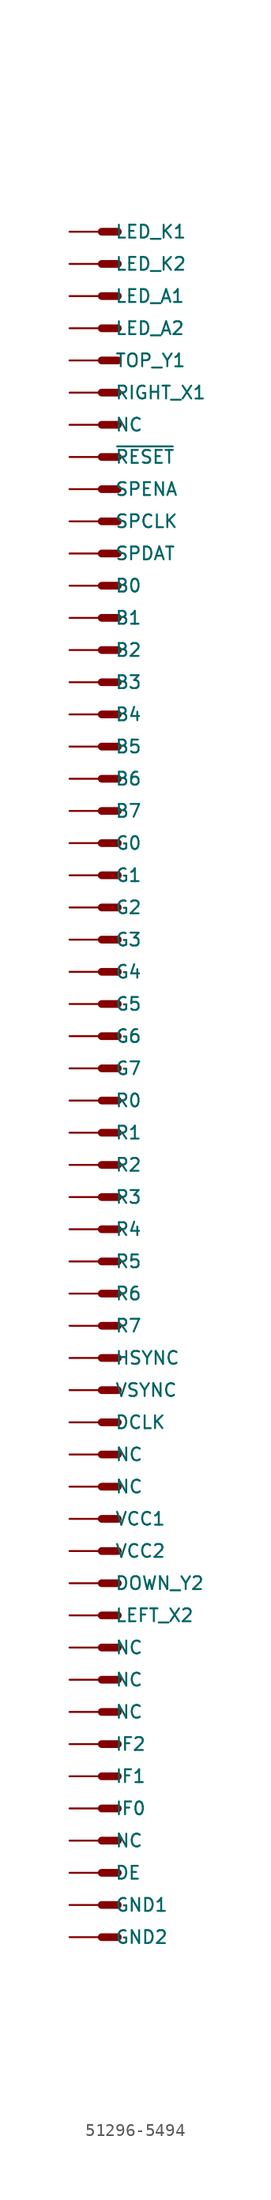
<source format=kicad_sym>
(kicad_symbol_lib
  (version 20201005)
  (generator kicad_symbol_editor)
  (symbol "51296-5494"
    (pin_numbers hide)
    (pin_names
      (offset 1.016))
    (property "Reference" "U"
      (at 0 0 0)
      (effects (font (size 1.27 1.27)) (justify left bottom) hide))
    (property "ki_locked" ""
      (at 0 0 0)
      (effects (font (size 1.27 1.27))))
    (symbol "51296-5494_0_0"
      (polyline (pts (xy 0 -66.04) (xy 1.27 -66.04)) (stroke (width 0.61)) (fill (type none)))
      (polyline (pts (xy 0 -63.5) (xy 1.27 -63.5)) (stroke (width 0.61)) (fill (type none)))
      (polyline (pts (xy 0 -60.96) (xy 1.27 -60.96)) (stroke (width 0.61)) (fill (type none)))
      (polyline (pts (xy 0 -58.42) (xy 1.27 -58.42)) (stroke (width 0.61)) (fill (type none)))
      (polyline (pts (xy 0 -55.88) (xy 1.27 -55.88)) (stroke (width 0.61)) (fill (type none)))
      (polyline (pts (xy 0 -53.34) (xy 1.27 -53.34)) (stroke (width 0.61)) (fill (type none)))
      (polyline (pts (xy 0 -50.8) (xy 1.27 -50.8)) (stroke (width 0.61)) (fill (type none)))
      (polyline (pts (xy 0 -48.26) (xy 1.27 -48.26)) (stroke (width 0.61)) (fill (type none)))
      (polyline (pts (xy 0 -45.72) (xy 1.27 -45.72)) (stroke (width 0.61)) (fill (type none)))
      (polyline (pts (xy 0 -43.18) (xy 1.27 -43.18)) (stroke (width 0.61)) (fill (type none)))
      (polyline (pts (xy 0 -40.64) (xy 1.27 -40.64)) (stroke (width 0.61)) (fill (type none)))
      (polyline (pts (xy 0 -38.1) (xy 1.27 -38.1)) (stroke (width 0.61)) (fill (type none)))
      (polyline (pts (xy 0 -35.56) (xy 1.27 -35.56)) (stroke (width 0.61)) (fill (type none)))
      (polyline (pts (xy 0 -33.02) (xy 1.27 -33.02)) (stroke (width 0.61)) (fill (type none)))
      (polyline (pts (xy 0 -30.48) (xy 1.27 -30.48)) (stroke (width 0.61)) (fill (type none)))
      (polyline (pts (xy 0 -27.94) (xy 1.27 -27.94)) (stroke (width 0.61)) (fill (type none)))
      (polyline (pts (xy 0 -25.4) (xy 1.27 -25.4)) (stroke (width 0.61)) (fill (type none)))
      (polyline (pts (xy 0 -22.86) (xy 1.27 -22.86)) (stroke (width 0.61)) (fill (type none)))
      (polyline (pts (xy 0 -20.32) (xy 1.27 -20.32)) (stroke (width 0.61)) (fill (type none)))
      (polyline (pts (xy 0 -17.78) (xy 1.27 -17.78)) (stroke (width 0.61)) (fill (type none)))
      (polyline (pts (xy 0 -15.24) (xy 1.27 -15.24)) (stroke (width 0.61)) (fill (type none)))
      (polyline (pts (xy 0 -12.7) (xy 1.27 -12.7)) (stroke (width 0.61)) (fill (type none)))
      (polyline (pts (xy 0 -10.16) (xy 1.27 -10.16)) (stroke (width 0.61)) (fill (type none)))
      (polyline (pts (xy 0 -7.62) (xy 1.27 -7.62)) (stroke (width 0.61)) (fill (type none)))
      (polyline (pts (xy 0 -5.08) (xy 1.27 -5.08)) (stroke (width 0.61)) (fill (type none)))
      (polyline (pts (xy 0 -2.54) (xy 1.27 -2.54)) (stroke (width 0.61)) (fill (type none)))
      (polyline (pts (xy 0 0) (xy 1.27 0)) (stroke (width 0.61)) (fill (type none)))
      (polyline (pts (xy 0 2.54) (xy 1.27 2.54)) (stroke (width 0.61)) (fill (type none)))
      (polyline (pts (xy 0 5.08) (xy 1.27 5.08)) (stroke (width 0.61)) (fill (type none)))
      (polyline (pts (xy 0 7.62) (xy 1.27 7.62)) (stroke (width 0.61)) (fill (type none)))
      (polyline (pts (xy 0 10.16) (xy 1.27 10.16)) (stroke (width 0.61)) (fill (type none)))
      (polyline (pts (xy 0 12.7) (xy 1.27 12.7)) (stroke (width 0.61)) (fill (type none)))
      (polyline (pts (xy 0 15.24) (xy 1.27 15.24)) (stroke (width 0.61)) (fill (type none)))
      (polyline (pts (xy 0 17.78) (xy 1.27 17.78)) (stroke (width 0.61)) (fill (type none)))
      (polyline (pts (xy 0 20.32) (xy 1.27 20.32)) (stroke (width 0.61)) (fill (type none)))
      (polyline (pts (xy 0 22.86) (xy 1.27 22.86)) (stroke (width 0.61)) (fill (type none)))
      (polyline (pts (xy 0 25.4) (xy 1.27 25.4)) (stroke (width 0.61)) (fill (type none)))
      (polyline (pts (xy 0 27.94) (xy 1.27 27.94)) (stroke (width 0.61)) (fill (type none)))
      (polyline (pts (xy 0 30.48) (xy 1.27 30.48)) (stroke (width 0.61)) (fill (type none)))
      (polyline (pts (xy 0 33.02) (xy 1.27 33.02)) (stroke (width 0.61)) (fill (type none)))
      (polyline (pts (xy 0 35.56) (xy 1.27 35.56)) (stroke (width 0.61)) (fill (type none)))
      (polyline (pts (xy 0 38.1) (xy 1.27 38.1)) (stroke (width 0.61)) (fill (type none)))
      (polyline (pts (xy 0 40.64) (xy 1.27 40.64)) (stroke (width 0.61)) (fill (type none)))
      (polyline (pts (xy 0 43.18) (xy 1.27 43.18)) (stroke (width 0.61)) (fill (type none)))
      (polyline (pts (xy 0 45.72) (xy 1.27 45.72)) (stroke (width 0.61)) (fill (type none)))
      (polyline (pts (xy 0 48.26) (xy 1.27 48.26)) (stroke (width 0.61)) (fill (type none)))
      (polyline (pts (xy 0 50.8) (xy 1.27 50.8)) (stroke (width 0.61)) (fill (type none)))
      (polyline (pts (xy 0 53.34) (xy 1.27 53.34)) (stroke (width 0.61)) (fill (type none)))
      (polyline (pts (xy 0 55.88) (xy 1.27 55.88)) (stroke (width 0.61)) (fill (type none)))
      (polyline (pts (xy 0 58.42) (xy 1.27 58.42)) (stroke (width 0.61)) (fill (type none)))
      (polyline (pts (xy 0 60.96) (xy 1.27 60.96)) (stroke (width 0.61)) (fill (type none)))
      (polyline (pts (xy 0 63.5) (xy 1.27 63.5)) (stroke (width 0.61)) (fill (type none)))
      (polyline (pts (xy 0 66.04) (xy 1.27 66.04)) (stroke (width 0.61)) (fill (type none)))
      (polyline (pts (xy 0 68.58) (xy 1.27 68.58)) (stroke (width 0.61)) (fill (type none)))
      (pin passive line (at -2.54 68.58 0) (length 2.54) (name "LED_K1" (effects (font (size 1.016 1.016)))) (number "1" (effects (font (size 1.016 1.016)))))
      (pin passive line (at -2.54 45.72 0) (length 2.54) (name "SPCLK" (effects (font (size 1.016 1.016)))) (number "10" (effects (font (size 1.016 1.016)))))
      (pin passive line (at -2.54 43.18 0) (length 2.54) (name "SPDAT" (effects (font (size 1.016 1.016)))) (number "11" (effects (font (size 1.016 1.016)))))
      (pin passive line (at -2.54 40.64 0) (length 2.54) (name "B0" (effects (font (size 1.016 1.016)))) (number "12" (effects (font (size 1.016 1.016)))))
      (pin passive line (at -2.54 38.1 0) (length 2.54) (name "B1" (effects (font (size 1.016 1.016)))) (number "13" (effects (font (size 1.016 1.016)))))
      (pin passive line (at -2.54 35.56 0) (length 2.54) (name "B2" (effects (font (size 1.016 1.016)))) (number "14" (effects (font (size 1.016 1.016)))))
      (pin passive line (at -2.54 33.02 0) (length 2.54) (name "B3" (effects (font (size 1.016 1.016)))) (number "15" (effects (font (size 1.016 1.016)))))
      (pin passive line (at -2.54 30.48 0) (length 2.54) (name "B4" (effects (font (size 1.016 1.016)))) (number "16" (effects (font (size 1.016 1.016)))))
      (pin passive line (at -2.54 27.94 0) (length 2.54) (name "B5" (effects (font (size 1.016 1.016)))) (number "17" (effects (font (size 1.016 1.016)))))
      (pin passive line (at -2.54 25.4 0) (length 2.54) (name "B6" (effects (font (size 1.016 1.016)))) (number "18" (effects (font (size 1.016 1.016)))))
      (pin passive line (at -2.54 22.86 0) (length 2.54) (name "B7" (effects (font (size 1.016 1.016)))) (number "19" (effects (font (size 1.016 1.016)))))
      (pin passive line (at -2.54 66.04 0) (length 2.54) (name "LED_K2" (effects (font (size 1.016 1.016)))) (number "2" (effects (font (size 1.016 1.016)))))
      (pin passive line (at -2.54 20.32 0) (length 2.54) (name "G0" (effects (font (size 1.016 1.016)))) (number "20" (effects (font (size 1.016 1.016)))))
      (pin passive line (at -2.54 17.78 0) (length 2.54) (name "G1" (effects (font (size 1.016 1.016)))) (number "21" (effects (font (size 1.016 1.016)))))
      (pin passive line (at -2.54 15.24 0) (length 2.54) (name "G2" (effects (font (size 1.016 1.016)))) (number "22" (effects (font (size 1.016 1.016)))))
      (pin passive line (at -2.54 12.7 0) (length 2.54) (name "G3" (effects (font (size 1.016 1.016)))) (number "23" (effects (font (size 1.016 1.016)))))
      (pin passive line (at -2.54 10.16 0) (length 2.54) (name "G4" (effects (font (size 1.016 1.016)))) (number "24" (effects (font (size 1.016 1.016)))))
      (pin passive line (at -2.54 7.62 0) (length 2.54) (name "G5" (effects (font (size 1.016 1.016)))) (number "25" (effects (font (size 1.016 1.016)))))
      (pin passive line (at -2.54 5.08 0) (length 2.54) (name "G6" (effects (font (size 1.016 1.016)))) (number "26" (effects (font (size 1.016 1.016)))))
      (pin passive line (at -2.54 2.54 0) (length 2.54) (name "G7" (effects (font (size 1.016 1.016)))) (number "27" (effects (font (size 1.016 1.016)))))
      (pin passive line (at -2.54 0 0) (length 2.54) (name "R0" (effects (font (size 1.016 1.016)))) (number "28" (effects (font (size 1.016 1.016)))))
      (pin passive line (at -2.54 -2.54 0) (length 2.54) (name "R1" (effects (font (size 1.016 1.016)))) (number "29" (effects (font (size 1.016 1.016)))))
      (pin passive line (at -2.54 63.5 0) (length 2.54) (name "LED_A1" (effects (font (size 1.016 1.016)))) (number "3" (effects (font (size 1.016 1.016)))))
      (pin passive line (at -2.54 -5.08 0) (length 2.54) (name "R2" (effects (font (size 1.016 1.016)))) (number "30" (effects (font (size 1.016 1.016)))))
      (pin passive line (at -2.54 -7.62 0) (length 2.54) (name "R3" (effects (font (size 1.016 1.016)))) (number "31" (effects (font (size 1.016 1.016)))))
      (pin passive line (at -2.54 -10.16 0) (length 2.54) (name "R4" (effects (font (size 1.016 1.016)))) (number "32" (effects (font (size 1.016 1.016)))))
      (pin passive line (at -2.54 -12.7 0) (length 2.54) (name "R5" (effects (font (size 1.016 1.016)))) (number "33" (effects (font (size 1.016 1.016)))))
      (pin passive line (at -2.54 -15.24 0) (length 2.54) (name "R6" (effects (font (size 1.016 1.016)))) (number "34" (effects (font (size 1.016 1.016)))))
      (pin passive line (at -2.54 -17.78 0) (length 2.54) (name "R7" (effects (font (size 1.016 1.016)))) (number "35" (effects (font (size 1.016 1.016)))))
      (pin passive line (at -2.54 -20.32 0) (length 2.54) (name "HSYNC" (effects (font (size 1.016 1.016)))) (number "36" (effects (font (size 1.016 1.016)))))
      (pin passive line (at -2.54 -22.86 0) (length 2.54) (name "VSYNC" (effects (font (size 1.016 1.016)))) (number "37" (effects (font (size 1.016 1.016)))))
      (pin passive line (at -2.54 -25.4 0) (length 2.54) (name "DCLK" (effects (font (size 1.016 1.016)))) (number "38" (effects (font (size 1.016 1.016)))))
      (pin passive line (at -2.54 -27.94 0) (length 2.54) (name "NC" (effects (font (size 1.016 1.016)))) (number "39" (effects (font (size 1.016 1.016)))))
      (pin passive line (at -2.54 60.96 0) (length 2.54) (name "LED_A2" (effects (font (size 1.016 1.016)))) (number "4" (effects (font (size 1.016 1.016)))))
      (pin passive line (at -2.54 -30.48 0) (length 2.54) (name "NC" (effects (font (size 1.016 1.016)))) (number "40" (effects (font (size 1.016 1.016)))))
      (pin passive line (at -2.54 -33.02 0) (length 2.54) (name "VCC1" (effects (font (size 1.016 1.016)))) (number "41" (effects (font (size 1.016 1.016)))))
      (pin passive line (at -2.54 -35.56 0) (length 2.54) (name "VCC2" (effects (font (size 1.016 1.016)))) (number "42" (effects (font (size 1.016 1.016)))))
      (pin passive line (at -2.54 -38.1 0) (length 2.54) (name "DOWN_Y2" (effects (font (size 1.016 1.016)))) (number "43" (effects (font (size 1.016 1.016)))))
      (pin passive line (at -2.54 -40.64 0) (length 2.54) (name "LEFT_X2" (effects (font (size 1.016 1.016)))) (number "44" (effects (font (size 1.016 1.016)))))
      (pin passive line (at -2.54 -43.18 0) (length 2.54) (name "NC" (effects (font (size 1.016 1.016)))) (number "45" (effects (font (size 1.016 1.016)))))
      (pin passive line (at -2.54 -45.72 0) (length 2.54) (name "NC" (effects (font (size 1.016 1.016)))) (number "46" (effects (font (size 1.016 1.016)))))
      (pin passive line (at -2.54 -48.26 0) (length 2.54) (name "NC" (effects (font (size 1.016 1.016)))) (number "47" (effects (font (size 1.016 1.016)))))
      (pin passive line (at -2.54 -50.8 0) (length 2.54) (name "IF2" (effects (font (size 1.016 1.016)))) (number "48" (effects (font (size 1.016 1.016)))))
      (pin passive line (at -2.54 -53.34 0) (length 2.54) (name "IF1" (effects (font (size 1.016 1.016)))) (number "49" (effects (font (size 1.016 1.016)))))
      (pin passive line (at -2.54 58.42 0) (length 2.54) (name "TOP_Y1" (effects (font (size 1.016 1.016)))) (number "5" (effects (font (size 1.016 1.016)))))
      (pin passive line (at -2.54 -55.88 0) (length 2.54) (name "IF0" (effects (font (size 1.016 1.016)))) (number "50" (effects (font (size 1.016 1.016)))))
      (pin passive line (at -2.54 -58.42 0) (length 2.54) (name "NC" (effects (font (size 1.016 1.016)))) (number "51" (effects (font (size 1.016 1.016)))))
      (pin passive line (at -2.54 -60.96 0) (length 2.54) (name "DE" (effects (font (size 1.016 1.016)))) (number "52" (effects (font (size 1.016 1.016)))))
      (pin passive line (at -2.54 -63.5 0) (length 2.54) (name "GND1" (effects (font (size 1.016 1.016)))) (number "53" (effects (font (size 1.016 1.016)))))
      (pin passive line (at -2.54 -66.04 0) (length 2.54) (name "GND2" (effects (font (size 1.016 1.016)))) (number "54" (effects (font (size 1.016 1.016)))))
      (pin passive line (at -2.54 55.88 0) (length 2.54) (name "RIGHT_X1" (effects (font (size 1.016 1.016)))) (number "6" (effects (font (size 1.016 1.016)))))
      (pin passive line (at -2.54 53.34 0) (length 2.54) (name "NC" (effects (font (size 1.016 1.016)))) (number "7" (effects (font (size 1.016 1.016)))))
      (pin passive line (at -2.54 50.8 0) (length 2.54) (name "~RESET~" (effects (font (size 1.016 1.016)))) (number "8" (effects (font (size 1.016 1.016)))))
      (pin passive line (at -2.54 48.26 0) (length 2.54) (name "SPENA" (effects (font (size 1.016 1.016)))) (number "9" (effects (font (size 1.016 1.016))))))))
</source>
